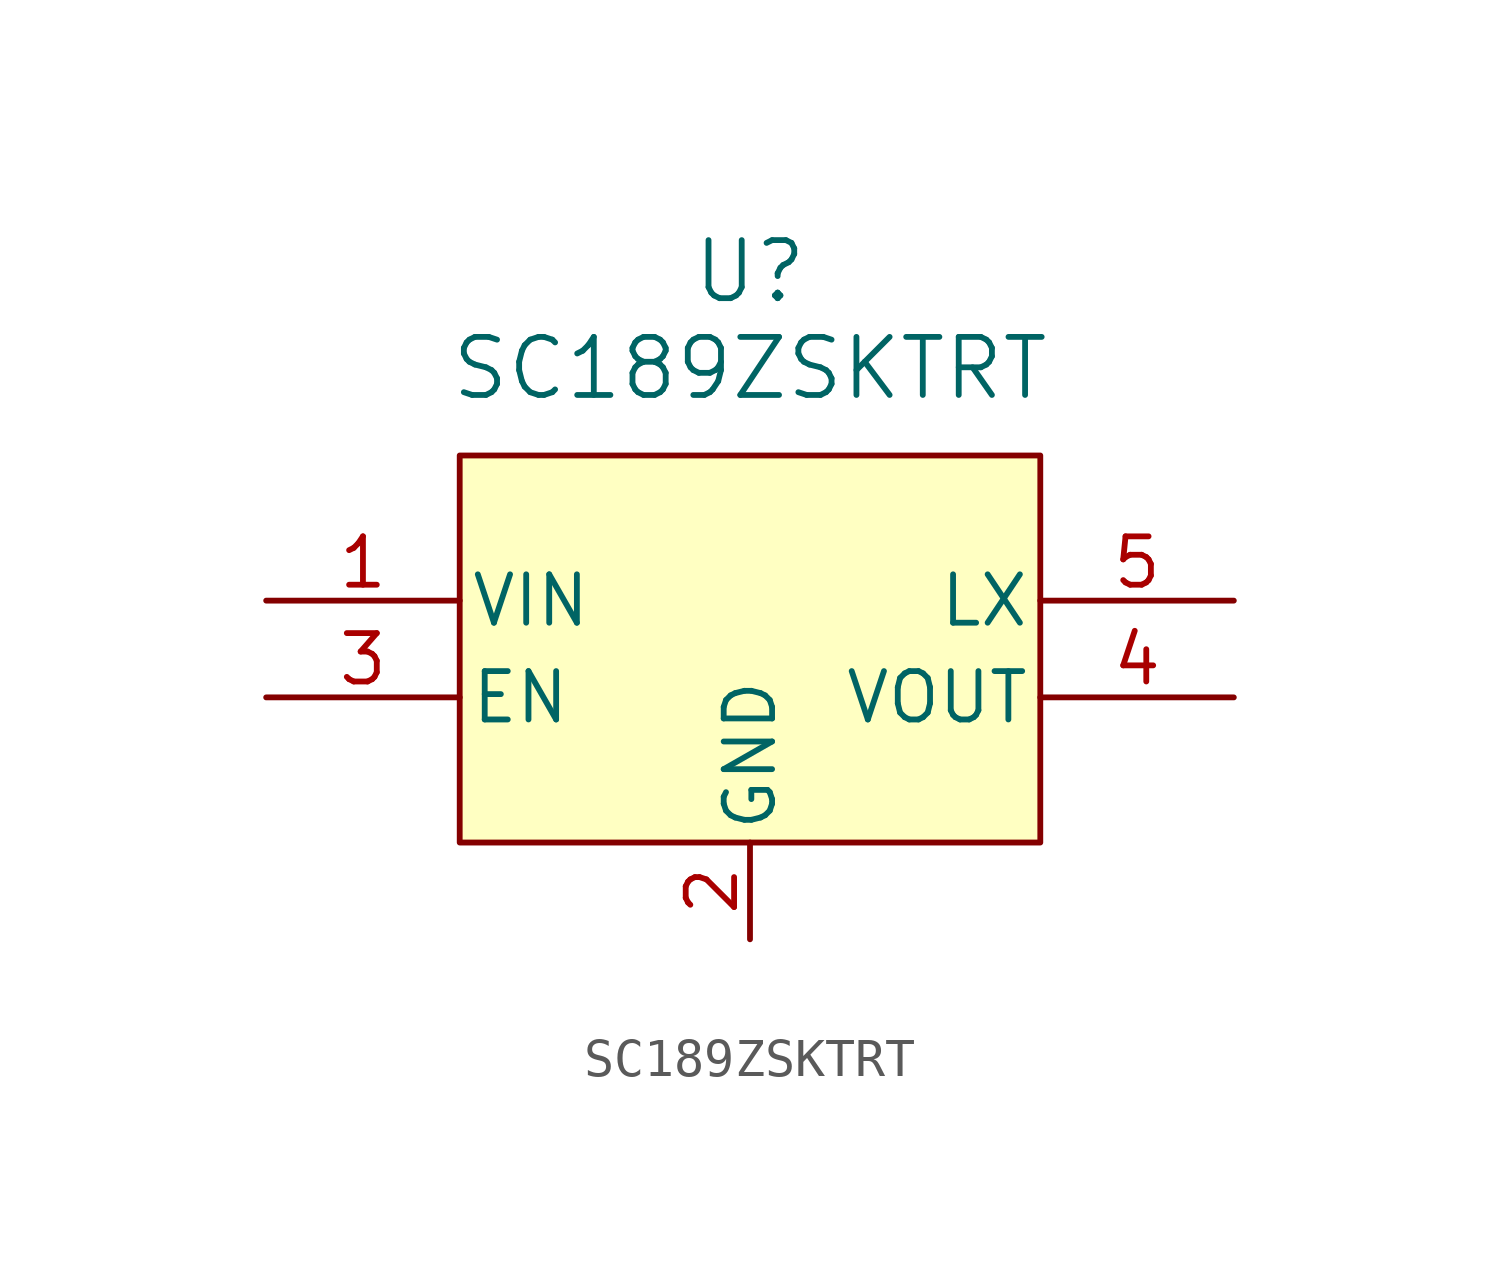
<source format=kicad_sym>
(kicad_symbol_lib
  (version 20231120)
  (generator "kicad_symbol_editor")
  (generator_version "8.0")
  (symbol "SC189ZSKTRT"
    (pin_names
      (offset 0.254))
    (property "Reference" "U"
      (at 0 9.906 0)
      (effects (font (size 1.524 1.524))))
    (property "Value" "SC189ZSKTRT"
      (at 0 7.366 0)
      (effects (font (size 1.524 1.524))))
    (property "ki_locked" ""
      (at 0 0 0)
      (effects (font (size 1.27 1.27))))
    (symbol "SC189ZSKTRT_0_1"
      (pin power_in line (at -12.7 1.27 0) (length 5.08) (name "VIN" (effects (font (size 1.27 1.27)))) (number "1" (effects (font (size 1.27 1.27)))))
      (pin power_out line (at 0 -7.62 90) (length 2.54) (name "GND" (effects (font (size 1.27 1.27)))) (number "2" (effects (font (size 1.27 1.27)))))
      (pin output line (at 12.7 -1.27 180) (length 5.08) (name "VOUT" (effects (font (size 1.27 1.27)))) (number "4" (effects (font (size 1.27 1.27))))))
    (symbol "SC189ZSKTRT_1_1"
      (rectangle (start -7.62 5.08) (end 7.62 -5.08) (stroke (width 0) (type default)) (fill (type background)))
      (pin input line (at -12.7 -1.27 0) (length 5.08) (name "EN" (effects (font (size 1.27 1.27)))) (number "3" (effects (font (size 1.27 1.27)))))
      (pin output line (at 12.7 1.27 180) (length 5.08) (name "LX" (effects (font (size 1.27 1.27)))) (number "5" (effects (font (size 1.27 1.27))))))))
</source>
